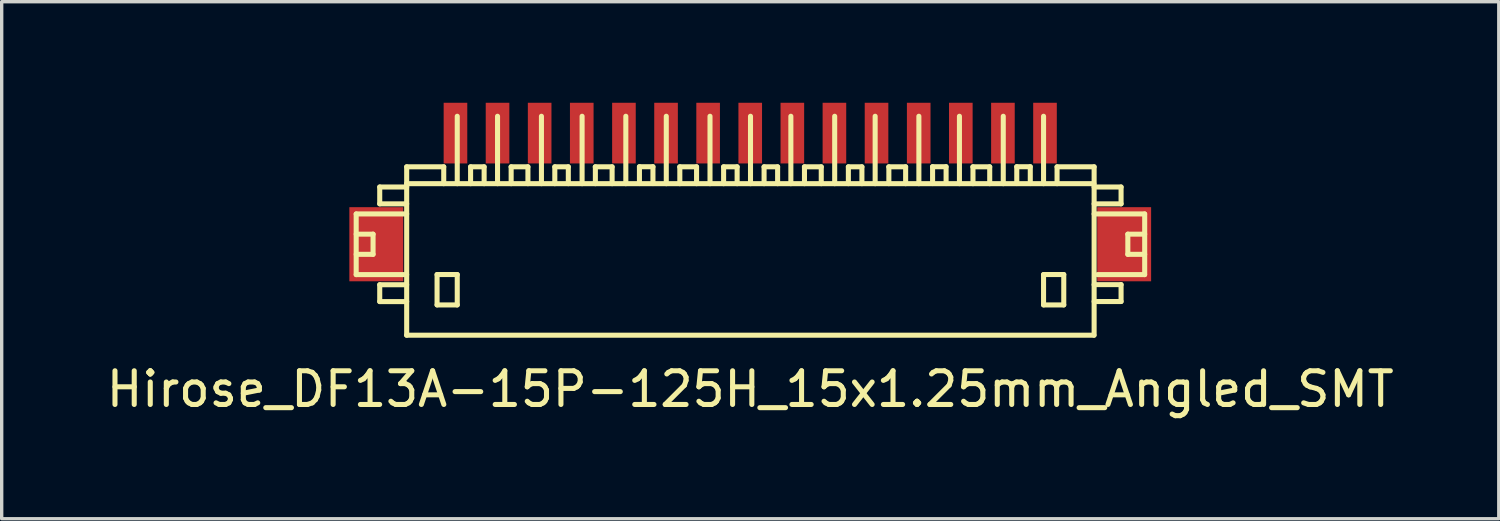
<source format=kicad_pcb>
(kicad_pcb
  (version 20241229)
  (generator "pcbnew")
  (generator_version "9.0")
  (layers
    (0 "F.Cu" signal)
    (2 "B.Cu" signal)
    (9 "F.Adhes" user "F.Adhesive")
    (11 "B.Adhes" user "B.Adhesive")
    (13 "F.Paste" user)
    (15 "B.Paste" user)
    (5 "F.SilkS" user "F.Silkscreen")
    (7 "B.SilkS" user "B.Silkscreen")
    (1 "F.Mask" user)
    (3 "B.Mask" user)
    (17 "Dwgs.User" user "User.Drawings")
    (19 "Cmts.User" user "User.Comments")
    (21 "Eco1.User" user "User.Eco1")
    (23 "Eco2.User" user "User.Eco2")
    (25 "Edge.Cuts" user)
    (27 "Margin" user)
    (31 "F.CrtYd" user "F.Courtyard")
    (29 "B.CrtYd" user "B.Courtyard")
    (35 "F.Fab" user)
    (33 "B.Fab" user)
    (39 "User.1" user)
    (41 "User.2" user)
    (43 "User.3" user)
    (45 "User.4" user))
  (footprint "Hirose_DF13A-15P-125H_15x1.25mm_Angled_SMT"
    (layer "F.Cu")
    (at 19.22 4.401)
    (property "Reference" "Hirose_DF13A-15P-125H_15x1.25mm_Angled_SMT" (at 0 4.1 0) (layer "F.SilkS") (effects (font (size 1 1) (thickness 0.15))))
    (attr smd)
    (fp_line (start -11.697 -1.1) (end -11.697 0.701) (stroke (width 0.15) (type solid)) (layer "F.SilkS"))
    (fp_line (start -11.697 0.701) (end -10.198 0.701) (stroke (width 0.15) (type solid)) (layer "F.SilkS"))
    (fp_line (start -11.196 -0.5) (end -11.697 -0.5) (stroke (width 0.15) (type solid)) (layer "F.SilkS"))
    (fp_line (start -11.196 0.099) (end -11.697 0.099) (stroke (width 0.15) (type solid)) (layer "F.SilkS"))
    (fp_line (start -11.196 0.099) (end -11.196 -0.5) (stroke (width 0.15) (type solid)) (layer "F.SilkS"))
    (fp_line (start -10.998 -1.9) (end -10.998 -1.4) (stroke (width 0.15) (type solid)) (layer "F.SilkS"))
    (fp_line (start -10.998 -1.9) (end -10.198 -1.9) (stroke (width 0.15) (type solid)) (layer "F.SilkS"))
    (fp_line (start -10.998 1.001) (end -10.998 1.501) (stroke (width 0.15) (type solid)) (layer "F.SilkS"))
    (fp_line (start -10.998 1.501) (end -10.198 1.501) (stroke (width 0.15) (type solid)) (layer "F.SilkS"))
    (fp_line (start -10.201 -1.999) (end 10.201 -1.999) (stroke (width 0.15) (type solid)) (layer "F.SilkS"))
    (fp_line (start -10.198 -1.4) (end -10.998 -1.4) (stroke (width 0.15) (type solid)) (layer "F.SilkS"))
    (fp_line (start -10.198 -1.1) (end -11.697 -1.1) (stroke (width 0.15) (type solid)) (layer "F.SilkS"))
    (fp_line (start -10.198 1.001) (end -10.998 1.001) (stroke (width 0.15) (type solid)) (layer "F.SilkS"))
    (fp_line (start -10.198 2.499) (end -10.198 -2.499) (stroke (width 0.15) (type solid)) (layer "F.SilkS"))
    (fp_line (start -9.296 0.699) (end -9.296 1.6) (stroke (width 0.15) (type solid)) (layer "F.SilkS"))
    (fp_line (start -9.296 1.6) (end -8.697 1.6) (stroke (width 0.15) (type solid)) (layer "F.SilkS"))
    (fp_line (start -9.098 -2.499) (end -10.198 -2.499) (stroke (width 0.15) (type solid)) (layer "F.SilkS"))
    (fp_line (start -9.098 -2.499) (end -9.098 -1.999) (stroke (width 0.15) (type solid)) (layer "F.SilkS"))
    (fp_line (start -8.697 -4) (end -8.697 -1.999) (stroke (width 0.15) (type solid)) (layer "F.SilkS"))
    (fp_line (start -8.697 0.699) (end -9.296 0.699) (stroke (width 0.15) (type solid)) (layer "F.SilkS"))
    (fp_line (start -8.697 1.6) (end -8.697 0.699) (stroke (width 0.15) (type solid)) (layer "F.SilkS"))
    (fp_line (start -8.301 -2.499) (end -8.301 -1.999) (stroke (width 0.15) (type solid)) (layer "F.SilkS"))
    (fp_line (start -7.899 -2.499) (end -8.301 -2.499) (stroke (width 0.15) (type solid)) (layer "F.SilkS"))
    (fp_line (start -7.899 -2.499) (end -7.899 -1.999) (stroke (width 0.15) (type solid)) (layer "F.SilkS"))
    (fp_line (start -7.501 -1.999) (end -7.501 -4) (stroke (width 0.15) (type solid)) (layer "F.SilkS"))
    (fp_line (start -7.099 -2.499) (end -6.599 -2.499) (stroke (width 0.15) (type solid)) (layer "F.SilkS"))
    (fp_line (start -7.097 -1.999) (end -7.097 -2.499) (stroke (width 0.15) (type solid)) (layer "F.SilkS"))
    (fp_line (start -6.599 -2.499) (end -6.599 -1.999) (stroke (width 0.15) (type solid)) (layer "F.SilkS"))
    (fp_line (start -6.198 -1.999) (end -6.198 -4) (stroke (width 0.15) (type solid)) (layer "F.SilkS"))
    (fp_line (start -5.801 -2.499) (end -5.801 -1.999) (stroke (width 0.15) (type solid)) (layer "F.SilkS"))
    (fp_line (start -5.4 -2.499) (end -5.801 -2.499) (stroke (width 0.15) (type solid)) (layer "F.SilkS"))
    (fp_line (start -5.4 -2.499) (end -5.4 -1.999) (stroke (width 0.15) (type solid)) (layer "F.SilkS"))
    (fp_line (start -4.991 -1.999) (end -4.991 -4) (stroke (width 0.15) (type solid)) (layer "F.SilkS"))
    (fp_line (start -4.6 -2.499) (end -4.1 -2.499) (stroke (width 0.15) (type solid)) (layer "F.SilkS"))
    (fp_line (start -4.597 -1.999) (end -4.597 -2.499) (stroke (width 0.15) (type solid)) (layer "F.SilkS"))
    (fp_line (start -4.1 -2.499) (end -4.1 -1.999) (stroke (width 0.15) (type solid)) (layer "F.SilkS"))
    (fp_line (start -3.693 -1.999) (end -3.693 -4) (stroke (width 0.15) (type solid)) (layer "F.SilkS"))
    (fp_line (start -3.289 -2.502) (end -3.289 -2.002) (stroke (width 0.15) (type solid)) (layer "F.SilkS"))
    (fp_line (start -2.888 -2.502) (end -3.289 -2.502) (stroke (width 0.15) (type solid)) (layer "F.SilkS"))
    (fp_line (start -2.888 -2.502) (end -2.888 -2.002) (stroke (width 0.15) (type solid)) (layer "F.SilkS"))
    (fp_line (start -2.492 -1.999) (end -2.492 -4) (stroke (width 0.15) (type solid)) (layer "F.SilkS"))
    (fp_line (start -2.093 -2.499) (end -1.593 -2.499) (stroke (width 0.15) (type solid)) (layer "F.SilkS"))
    (fp_line (start -2.09 -1.999) (end -2.09 -2.499) (stroke (width 0.15) (type solid)) (layer "F.SilkS"))
    (fp_line (start -1.593 -2.499) (end -1.593 -1.999) (stroke (width 0.15) (type solid)) (layer "F.SilkS"))
    (fp_line (start -1.194 -1.999) (end -1.194 -4) (stroke (width 0.15) (type solid)) (layer "F.SilkS"))
    (fp_line (start -0.79 -2.499) (end -0.79 -1.999) (stroke (width 0.15) (type solid)) (layer "F.SilkS"))
    (fp_line (start -0.389 -2.499) (end -0.79 -2.499) (stroke (width 0.15) (type solid)) (layer "F.SilkS"))
    (fp_line (start -0.389 -2.499) (end -0.389 -1.999) (stroke (width 0.15) (type solid)) (layer "F.SilkS"))
    (fp_line (start 0.008 -1.999) (end 0.008 -4) (stroke (width 0.15) (type solid)) (layer "F.SilkS"))
    (fp_line (start 0.411 -2.499) (end 0.411 -1.999) (stroke (width 0.15) (type solid)) (layer "F.SilkS"))
    (fp_line (start 0.813 -2.499) (end 0.411 -2.499) (stroke (width 0.15) (type solid)) (layer "F.SilkS"))
    (fp_line (start 0.813 -2.499) (end 0.813 -1.999) (stroke (width 0.15) (type solid)) (layer "F.SilkS"))
    (fp_line (start 1.206 -1.999) (end 1.206 -4) (stroke (width 0.15) (type solid)) (layer "F.SilkS"))
    (fp_line (start 1.608 -2.499) (end 2.108 -2.499) (stroke (width 0.15) (type solid)) (layer "F.SilkS"))
    (fp_line (start 1.61 -1.999) (end 1.61 -2.499) (stroke (width 0.15) (type solid)) (layer "F.SilkS"))
    (fp_line (start 2.108 -2.499) (end 2.108 -1.999) (stroke (width 0.15) (type solid)) (layer "F.SilkS"))
    (fp_line (start 2.507 -1.999) (end 2.507 -4) (stroke (width 0.15) (type solid)) (layer "F.SilkS"))
    (fp_line (start 2.913 -2.499) (end 2.913 -1.999) (stroke (width 0.15) (type solid)) (layer "F.SilkS"))
    (fp_line (start 3.315 -2.499) (end 2.913 -2.499) (stroke (width 0.15) (type solid)) (layer "F.SilkS"))
    (fp_line (start 3.315 -2.499) (end 3.315 -1.999) (stroke (width 0.15) (type solid)) (layer "F.SilkS"))
    (fp_line (start 3.708 -1.999) (end 3.708 -4) (stroke (width 0.15) (type solid)) (layer "F.SilkS"))
    (fp_line (start 4.112 -2.499) (end 4.613 -2.499) (stroke (width 0.15) (type solid)) (layer "F.SilkS"))
    (fp_line (start 4.115 -1.999) (end 4.115 -2.499) (stroke (width 0.15) (type solid)) (layer "F.SilkS"))
    (fp_line (start 4.613 -2.499) (end 4.613 -1.999) (stroke (width 0.15) (type solid)) (layer "F.SilkS"))
    (fp_line (start 5.006 -1.999) (end 5.006 -4) (stroke (width 0.15) (type solid)) (layer "F.SilkS"))
    (fp_line (start 5.413 -2.502) (end 5.413 -2.002) (stroke (width 0.15) (type solid)) (layer "F.SilkS"))
    (fp_line (start 5.812 -2.502) (end 5.41 -2.502) (stroke (width 0.15) (type solid)) (layer "F.SilkS"))
    (fp_line (start 5.814 -2.502) (end 5.814 -2.002) (stroke (width 0.15) (type solid)) (layer "F.SilkS"))
    (fp_line (start 6.21 -1.999) (end 6.21 -4) (stroke (width 0.15) (type solid)) (layer "F.SilkS"))
    (fp_line (start 6.609 -2.499) (end 7.109 -2.499) (stroke (width 0.15) (type solid)) (layer "F.SilkS"))
    (fp_line (start 6.612 -1.999) (end 6.612 -2.499) (stroke (width 0.15) (type solid)) (layer "F.SilkS"))
    (fp_line (start 7.109 -2.499) (end 7.109 -1.999) (stroke (width 0.15) (type solid)) (layer "F.SilkS"))
    (fp_line (start 7.511 -1.999) (end 7.511 -4) (stroke (width 0.15) (type solid)) (layer "F.SilkS"))
    (fp_line (start 7.912 -2.502) (end 7.912 -2.002) (stroke (width 0.15) (type solid)) (layer "F.SilkS"))
    (fp_line (start 8.311 -2.502) (end 7.91 -2.502) (stroke (width 0.15) (type solid)) (layer "F.SilkS"))
    (fp_line (start 8.313 -2.502) (end 8.313 -2.002) (stroke (width 0.15) (type solid)) (layer "F.SilkS"))
    (fp_line (start 8.707 -1.999) (end 8.707 -4) (stroke (width 0.15) (type solid)) (layer "F.SilkS"))
    (fp_line (start 8.707 0.699) (end 9.307 0.699) (stroke (width 0.15) (type solid)) (layer "F.SilkS"))
    (fp_line (start 8.707 1.6) (end 8.707 0.699) (stroke (width 0.15) (type solid)) (layer "F.SilkS"))
    (fp_line (start 9.108 -2.499) (end 9.108 -1.999) (stroke (width 0.15) (type solid)) (layer "F.SilkS"))
    (fp_line (start 9.307 0.699) (end 9.307 1.6) (stroke (width 0.15) (type solid)) (layer "F.SilkS"))
    (fp_line (start 9.307 1.6) (end 8.707 1.6) (stroke (width 0.15) (type solid)) (layer "F.SilkS"))
    (fp_line (start 10.201 2.499) (end -10.201 2.499) (stroke (width 0.15) (type solid)) (layer "F.SilkS"))
    (fp_line (start 10.208 -2.499) (end 9.108 -2.499) (stroke (width 0.15) (type solid)) (layer "F.SilkS"))
    (fp_line (start 10.208 -2.499) (end 10.208 2.499) (stroke (width 0.15) (type solid)) (layer "F.SilkS"))
    (fp_line (start 10.208 -1.9) (end 11.008 -1.9) (stroke (width 0.15) (type solid)) (layer "F.SilkS"))
    (fp_line (start 10.208 0.998) (end 11.008 0.998) (stroke (width 0.15) (type solid)) (layer "F.SilkS"))
    (fp_line (start 11.008 -1.9) (end 11.008 -1.4) (stroke (width 0.15) (type solid)) (layer "F.SilkS"))
    (fp_line (start 11.008 -1.4) (end 10.208 -1.4) (stroke (width 0.15) (type solid)) (layer "F.SilkS"))
    (fp_line (start 11.008 0.998) (end 11.008 1.499) (stroke (width 0.15) (type solid)) (layer "F.SilkS"))
    (fp_line (start 11.008 1.499) (end 10.208 1.499) (stroke (width 0.15) (type solid)) (layer "F.SilkS"))
    (fp_line (start 11.209 0.099) (end 11.209 -0.5) (stroke (width 0.15) (type solid)) (layer "F.SilkS"))
    (fp_line (start 11.707 -1.1) (end 10.208 -1.1) (stroke (width 0.15) (type solid)) (layer "F.SilkS"))
    (fp_line (start 11.707 0.701) (end 10.307 0.701) (stroke (width 0.15) (type solid)) (layer "F.SilkS"))
    (fp_line (start 11.709 -1.1) (end 11.709 0.701) (stroke (width 0.15) (type solid)) (layer "F.SilkS"))
    (fp_line (start 11.709 -0.5) (end 11.209 -0.5) (stroke (width 0.15) (type solid)) (layer "F.SilkS"))
    (fp_line (start 11.709 0.099) (end 11.209 0.099) (stroke (width 0.15) (type solid)) (layer "F.SilkS"))
    (pad "" smd rect (at -11.1 -0.201) (size 1.6 2.2) (layers "F.Cu" "F.Mask" "F.Paste"))
    (pad "" smd rect (at 11.1 -0.201) (size 1.6 2.2) (layers "F.Cu" "F.Mask" "F.Paste"))
    (pad "1" smd rect (at 8.75 -3.5) (size 0.701 1.801) (layers "F.Cu" "F.Mask" "F.Paste"))
    (pad "2" smd rect (at 7.501 -3.5) (size 0.701 1.801) (layers "F.Cu" "F.Mask" "F.Paste"))
    (pad "3" smd rect (at 6.251 -3.5) (size 0.701 1.801) (layers "F.Cu" "F.Mask" "F.Paste"))
    (pad "4" smd rect (at 5.001 -3.5) (size 0.701 1.801) (layers "F.Cu" "F.Mask" "F.Paste"))
    (pad "5" smd rect (at 3.749 -3.5) (size 0.701 1.801) (layers "F.Cu" "F.Mask" "F.Paste"))
    (pad "6" smd rect (at 2.499 -3.5) (size 0.701 1.801) (layers "F.Cu" "F.Mask" "F.Paste"))
    (pad "7" smd rect (at 1.25 -3.5) (size 0.701 1.801) (layers "F.Cu" "F.Mask" "F.Paste"))
    (pad "8" smd rect (at 0 -3.5) (size 0.701 1.801) (layers "F.Cu" "F.Mask" "F.Paste"))
    (pad "9" smd rect (at -1.25 -3.5) (size 0.701 1.801) (layers "F.Cu" "F.Mask" "F.Paste"))
    (pad "10" smd rect (at -2.499 -3.5) (size 0.701 1.801) (layers "F.Cu" "F.Mask" "F.Paste"))
    (pad "11" smd rect (at -3.749 -3.5) (size 0.701 1.801) (layers "F.Cu" "F.Mask" "F.Paste"))
    (pad "12" smd rect (at -5.001 -3.5) (size 0.701 1.801) (layers "F.Cu" "F.Mask" "F.Paste"))
    (pad "13" smd rect (at -6.251 -3.5) (size 0.701 1.801) (layers "F.Cu" "F.Mask" "F.Paste"))
    (pad "14" smd rect (at -7.501 -3.5) (size 0.701 1.801) (layers "F.Cu" "F.Mask" "F.Paste"))
    (pad "15" smd rect (at -8.75 -3.5) (size 0.701 1.801) (layers "F.Cu" "F.Mask" "F.Paste")))
  (gr_rect
    (start -3 -3)
    (end 41.44 12.348)
    (stroke (width 0.1) (type default))
    (fill no)
    (layer "Edge.Cuts")))
</source>
